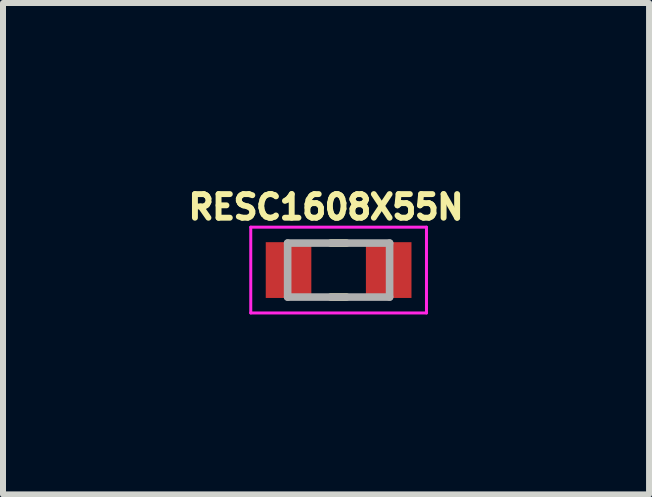
<source format=kicad_pcb>
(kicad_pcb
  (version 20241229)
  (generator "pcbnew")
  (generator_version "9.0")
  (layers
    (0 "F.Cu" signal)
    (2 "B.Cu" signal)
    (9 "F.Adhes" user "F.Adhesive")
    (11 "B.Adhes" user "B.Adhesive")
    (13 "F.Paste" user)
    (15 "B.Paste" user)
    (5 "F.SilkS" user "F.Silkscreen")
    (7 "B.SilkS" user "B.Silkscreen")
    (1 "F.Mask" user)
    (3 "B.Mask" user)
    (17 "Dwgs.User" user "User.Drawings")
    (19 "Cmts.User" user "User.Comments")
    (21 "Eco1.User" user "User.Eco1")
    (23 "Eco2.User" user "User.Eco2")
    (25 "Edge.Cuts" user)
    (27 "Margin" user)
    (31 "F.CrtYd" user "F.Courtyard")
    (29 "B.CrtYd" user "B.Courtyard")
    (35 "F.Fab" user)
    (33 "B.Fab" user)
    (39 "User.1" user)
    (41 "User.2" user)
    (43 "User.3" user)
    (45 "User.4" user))
  (footprint "RESC1608X55N"
    (layer "F.Cu")
    (at 2.596 1.453)
    (property "Reference" "RESC1608X55N" (at -0.21 -1.05 0) (layer "F.SilkS") (effects (font (size 0.394 0.394) (thickness 0.15))))
    (attr smd)
    (fp_line (start -0.13 -0.45) (end 0.13 -0.45) (stroke (width 0.127) (type solid)) (layer "F.SilkS"))
    (fp_line (start -0.13 0.45) (end 0.13 0.45) (stroke (width 0.127) (type solid)) (layer "F.SilkS"))
    (fp_line (start -1.465 -0.715) (end 1.465 -0.715) (stroke (width 0.05) (type solid)) (layer "F.CrtYd"))
    (fp_line (start -1.465 0.715) (end -1.465 -0.715) (stroke (width 0.05) (type solid)) (layer "F.CrtYd"))
    (fp_line (start -1.465 0.715) (end 1.465 0.715) (stroke (width 0.05) (type solid)) (layer "F.CrtYd"))
    (fp_line (start 1.465 0.715) (end 1.465 -0.715) (stroke (width 0.05) (type solid)) (layer "F.CrtYd"))
    (fp_line (start -0.85 0.45) (end -0.85 -0.45) (stroke (width 0.127) (type solid)) (layer "F.Fab"))
    (fp_line (start 0.85 -0.45) (end -0.85 -0.45) (stroke (width 0.127) (type solid)) (layer "F.Fab"))
    (fp_line (start 0.85 0.45) (end -0.85 0.45) (stroke (width 0.127) (type solid)) (layer "F.Fab"))
    (fp_line (start 0.85 0.45) (end 0.85 -0.45) (stroke (width 0.127) (type solid)) (layer "F.Fab"))
    (pad "1" smd rect (at -0.835 0) (size 0.76 0.93) (layers "F.Cu" "F.Mask" "F.Paste"))
    (pad "2" smd rect (at 0.835 0) (size 0.76 0.93) (layers "F.Cu" "F.Mask" "F.Paste")))
  (gr_rect
    (start -3 -3)
    (end 7.772 5.193)
    (stroke (width 0.1) (type default))
    (fill no)
    (layer "Edge.Cuts")))
</source>
